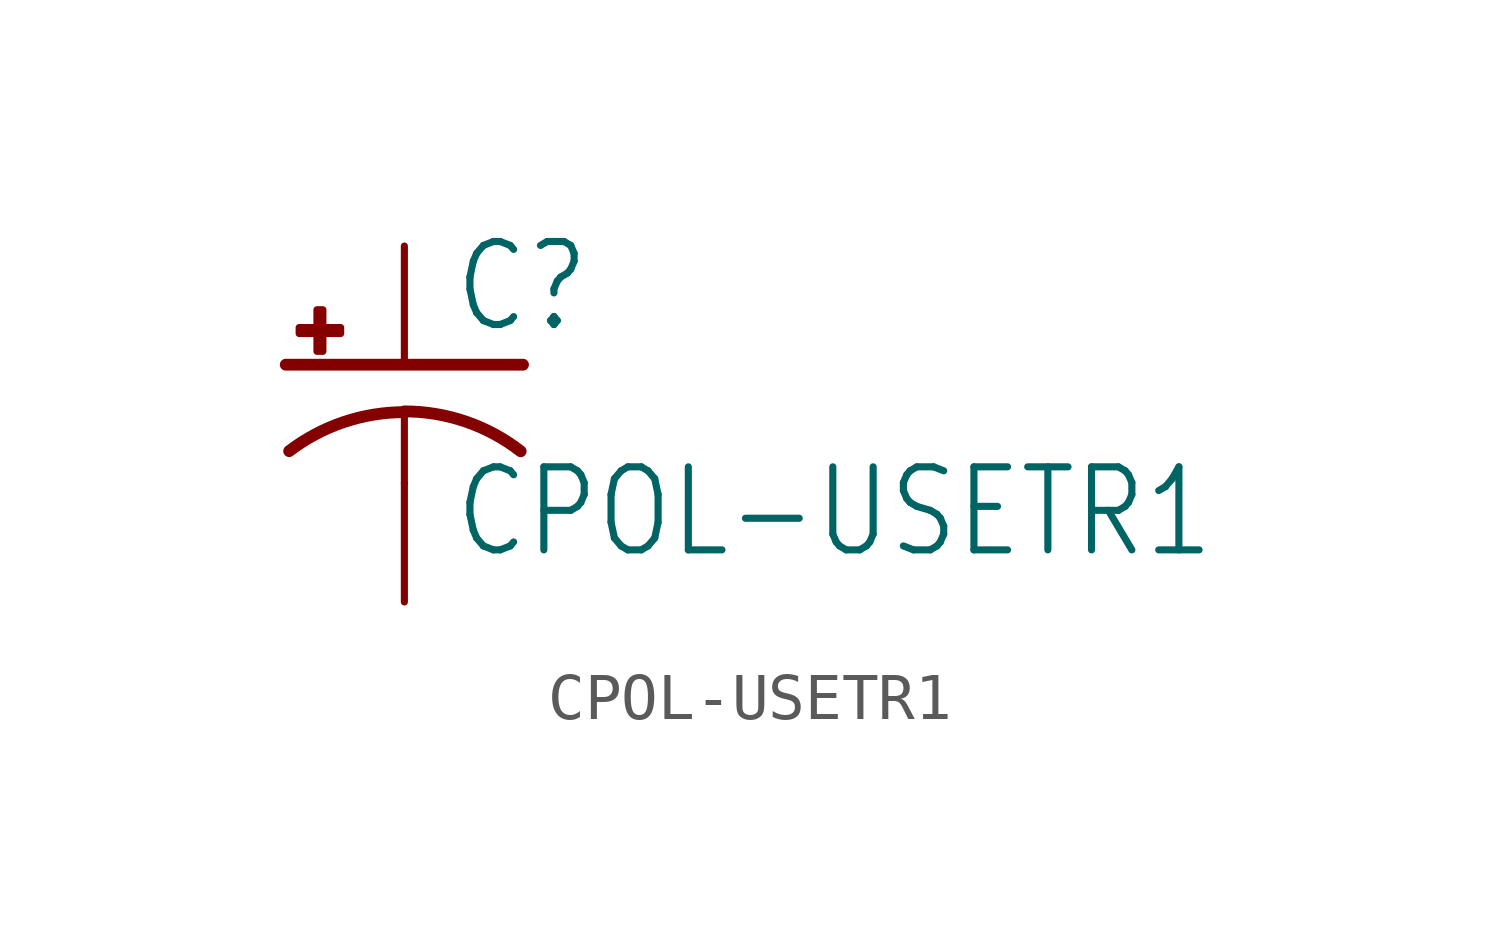
<source format=kicad_sym>
(kicad_symbol_lib
  (version 20220331)
  (generator kicad_symbol_editor)
  (symbol "CPOL-USETR1"
    (property "Reference" "C"
      (at 1.016 0.635 0)
      (effects (font (size 1.778 1.511)) (justify left bottom)))
    (property "Value" "CPOL-USETR1"
      (at 1.016 -4.191 0)
      (effects (font (size 1.778 1.511)) (justify left bottom)))
    (property "ki_locked" ""
      (at 0 0 0)
      (effects (font (size 1.27 1.27))))
    (symbol "CPOL-USETR1_1_0"
      (rectangle (start -2.253 0.668) (end -1.364 0.795) (stroke (width 0) (type default)) (fill (type outline)))
      (rectangle (start -1.872 0.287) (end -1.745 1.176) (stroke (width 0) (type default)) (fill (type outline)))
      (arc (start 0 -1.0161) (mid -1.3021 -1.2302) (end -2.4669 -1.8504) (stroke (width 0.254) (type solid)) (fill (type none)))
      (polyline (pts (xy -2.54 0) (xy 2.54 0)) (stroke (width 0.254) (type solid)) (fill (type none)))
      (polyline (pts (xy 0 -1.016) (xy 0 -2.54)) (stroke (width 0.152) (type solid)) (fill (type none)))
      (arc (start 2.4892 -1.8542) (mid 1.3158 -1.2195) (end 0 -1) (stroke (width 0.254) (type solid)) (fill (type none)))
      (pin passive line (at 0 2.54 270) (length 2.54) (name "+" (effects (font (size 0 0)))) (number "+" (effects (font (size 0 0)))))
      (pin passive line (at 0 -5.08 90) (length 2.54) (name "-" (effects (font (size 0 0)))) (number "-" (effects (font (size 0 0))))))))
</source>
